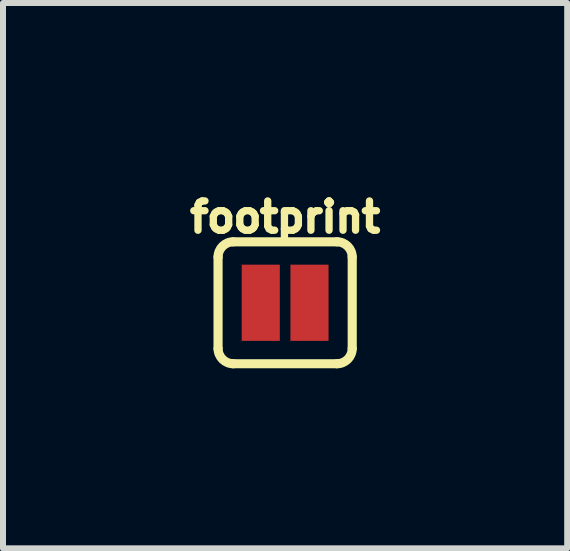
<source format=kicad_pcb>
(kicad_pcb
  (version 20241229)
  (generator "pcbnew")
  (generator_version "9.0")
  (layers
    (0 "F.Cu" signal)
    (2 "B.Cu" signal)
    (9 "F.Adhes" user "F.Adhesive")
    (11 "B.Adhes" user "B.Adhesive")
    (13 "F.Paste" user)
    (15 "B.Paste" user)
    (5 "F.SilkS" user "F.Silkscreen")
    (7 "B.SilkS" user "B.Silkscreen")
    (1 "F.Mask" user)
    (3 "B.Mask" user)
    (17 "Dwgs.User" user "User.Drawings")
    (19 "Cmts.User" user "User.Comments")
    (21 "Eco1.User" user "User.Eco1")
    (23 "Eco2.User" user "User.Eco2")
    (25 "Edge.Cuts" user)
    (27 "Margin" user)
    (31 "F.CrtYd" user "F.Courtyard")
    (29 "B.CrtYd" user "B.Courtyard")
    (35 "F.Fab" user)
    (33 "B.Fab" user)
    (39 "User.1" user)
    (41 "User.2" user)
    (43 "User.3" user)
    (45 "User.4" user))
  (footprint "footprint"
    (layer "F.Cu")
    (at 1.702 1.996)
    (property "Reference" "footprint" (at 0 -1.143 0) (layer "F.SilkS") (effects (font (size 0.488 0.488) (thickness 0.122)) (justify bottom)))
    (fp_line (start -1.118 0.762) (end -1.118 -0.762) (stroke (width 0.152) (type solid)) (layer "F.SilkS"))
    (fp_line (start -0.864 -1.016) (end 0.864 -1.016) (stroke (width 0.152) (type solid)) (layer "F.SilkS"))
    (fp_line (start 0.864 1.016) (end -0.864 1.016) (stroke (width 0.152) (type solid)) (layer "F.SilkS"))
    (fp_line (start 1.118 0.762) (end 1.118 -0.762) (stroke (width 0.152) (type solid)) (layer "F.SilkS"))
    (fp_arc (start -1.1176 -0.762) (mid -1.043205 -0.941605) (end -0.8636 -1.016) (stroke (width 0.1524) (type solid)) (layer "F.SilkS"))
    (fp_arc (start -0.8636 1.016) (mid -1.043205 0.941605) (end -1.1176 0.762) (stroke (width 0.1524) (type solid)) (layer "F.SilkS"))
    (fp_arc (start 0.8636 -1.016) (mid 1.043205 -0.941605) (end 1.1176 -0.762) (stroke (width 0.1524) (type solid)) (layer "F.SilkS"))
    (fp_arc (start 1.1176 0.762) (mid 1.043205 0.941605) (end 0.8636 1.016) (stroke (width 0.1524) (type solid)) (layer "F.SilkS"))
    (pad "1" smd rect (at -0.406 0) (size 0.635 1.27) (layers "F.Cu" "F.Mask"))
    (pad "2" smd rect (at 0.406 0) (size 0.635 1.27) (layers "F.Cu" "F.Mask")))
  (gr_rect
    (start -3 -3)
    (end 6.403 6.089)
    (stroke (width 0.1) (type default))
    (fill no)
    (layer "Edge.Cuts")))
</source>
